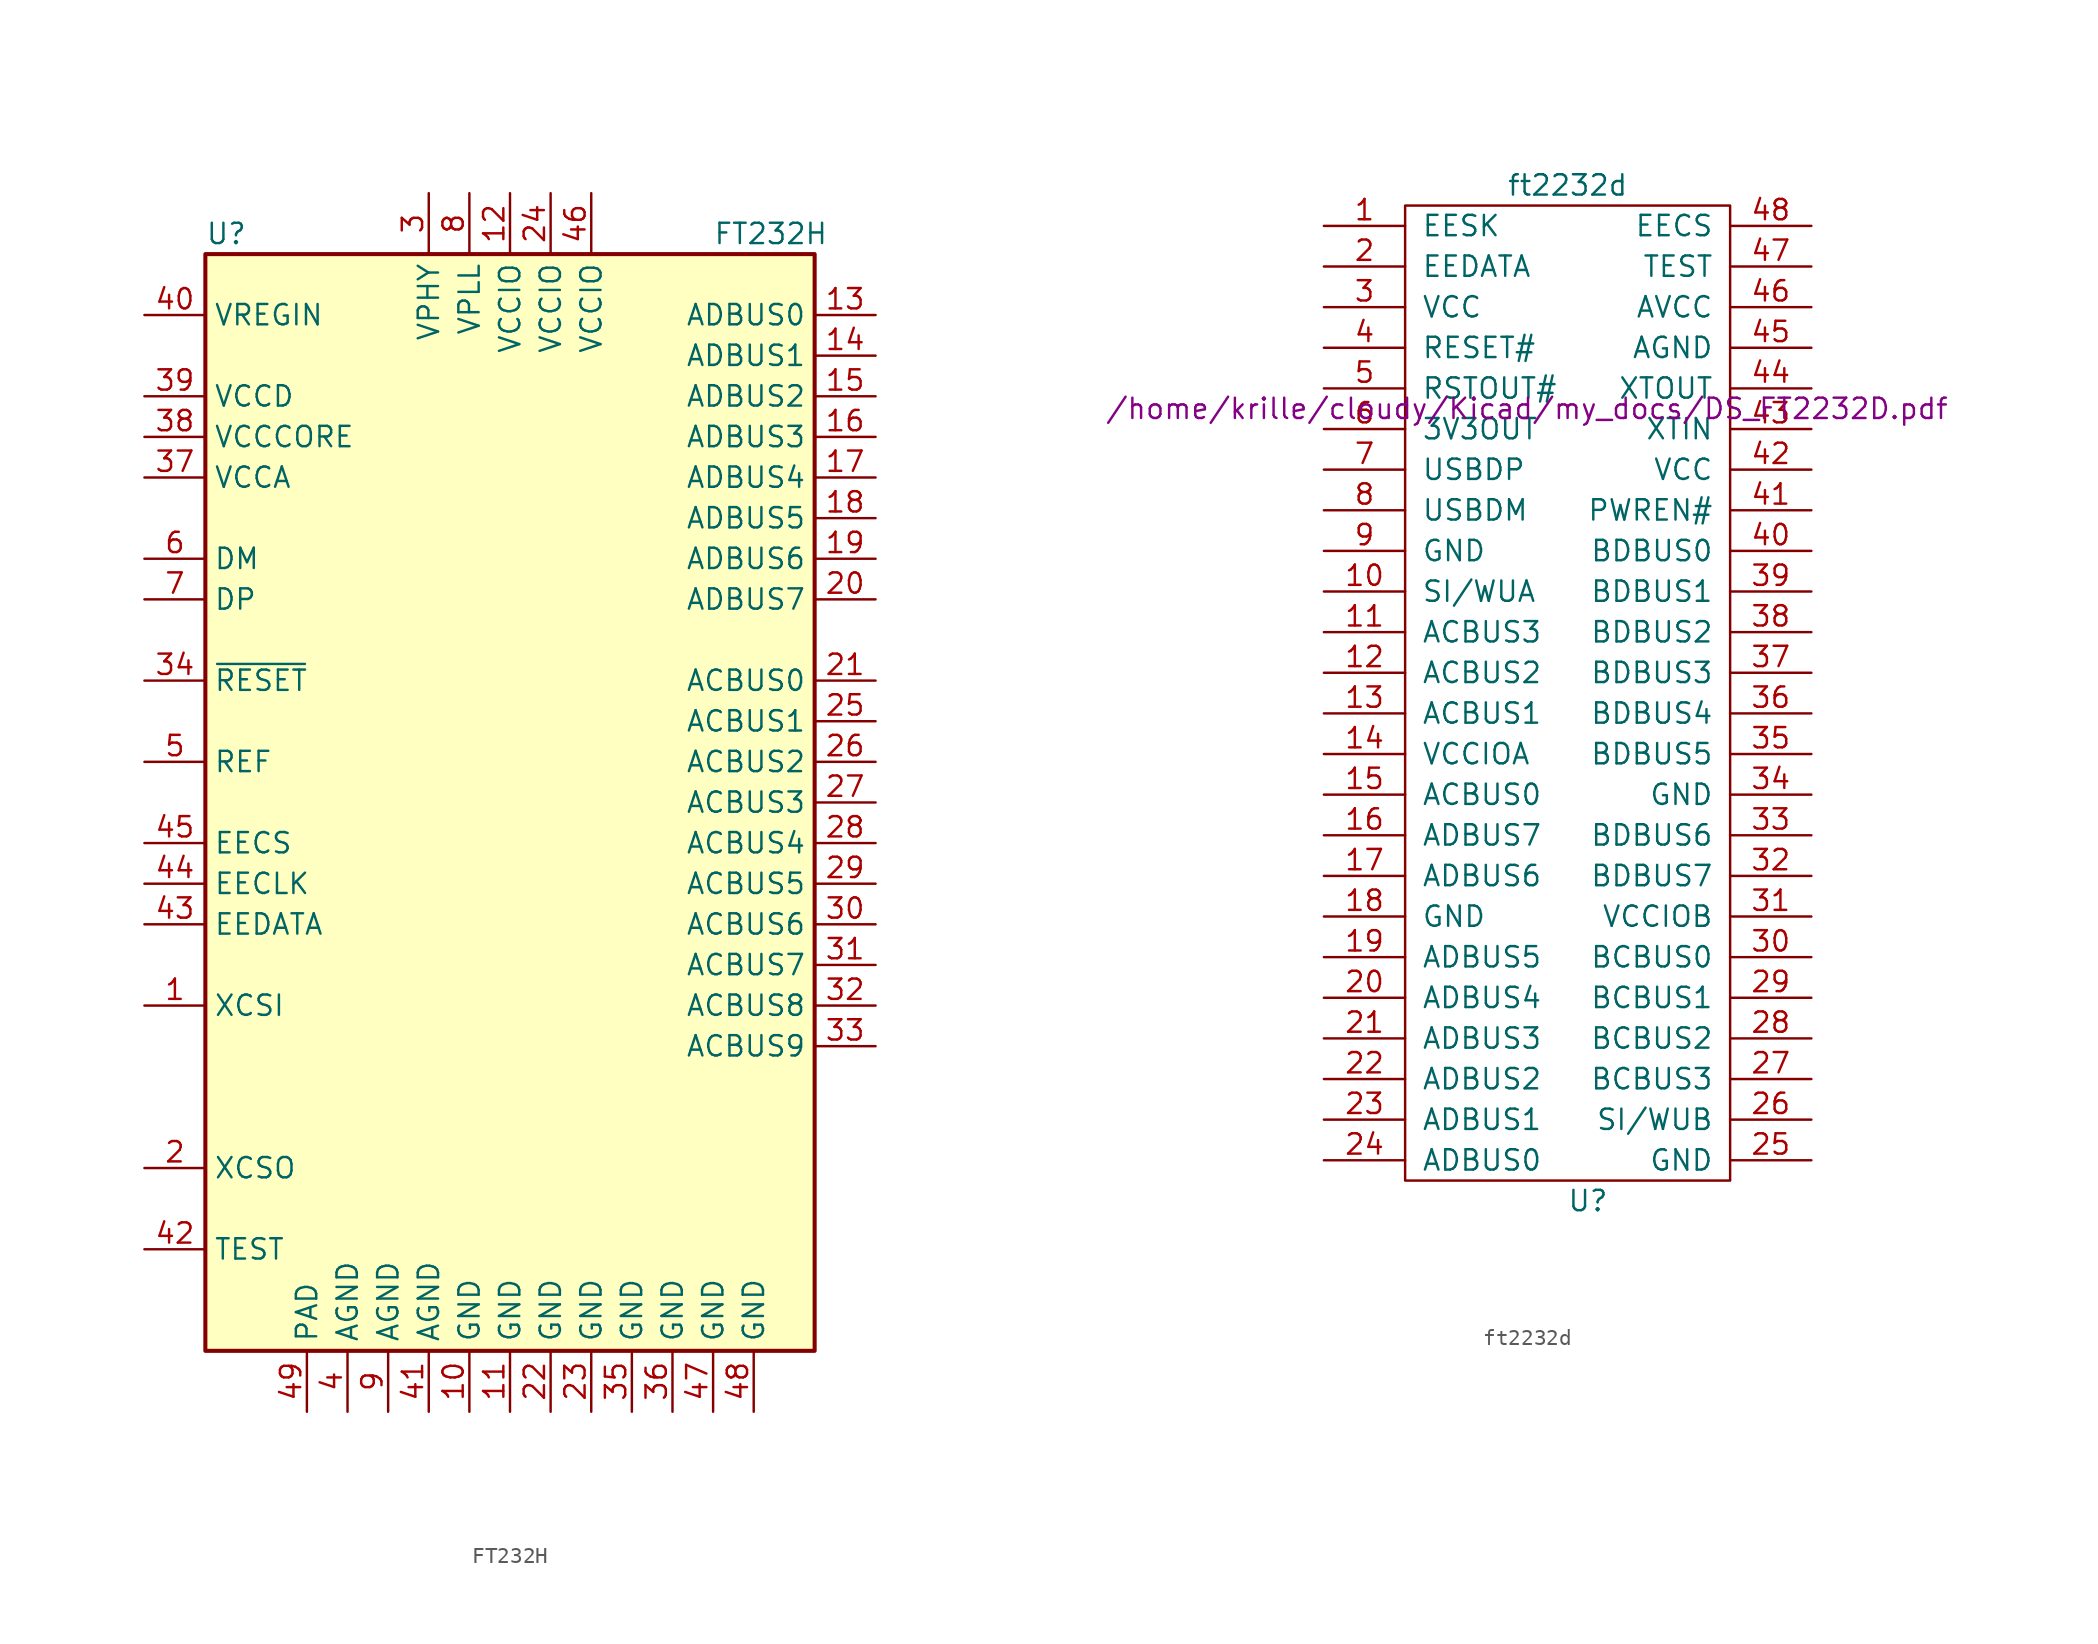
<source format=kicad_sym>
(kicad_symbol_lib
  (version 20211014)
  (generator kicad_symbol_editor)
  (symbol "FT232H"
    (property "Reference" "U"
      (at -19.05 35.56 0)
      (effects (font (size 1.27 1.27)) (justify left)))
    (property "Value" "FT232H"
      (at 12.7 35.56 0)
      (effects (font (size 1.27 1.27)) (justify left)))
    (symbol "FT232H_0_1"
      (rectangle (start -19.05 34.29) (end 19.05 -34.29) (stroke (width 0.254) (type default) (color 0 0 0 0)) (fill (type background))))
    (symbol "FT232H_1_1"
      (pin input line (at -22.86 -12.7 0) (length 3.81) (name "XCSI" (effects (font (size 1.27 1.27)))) (number "1" (effects (font (size 1.27 1.27)))))
      (pin power_in line (at -2.54 -38.1 90) (length 3.81) (name "GND" (effects (font (size 1.27 1.27)))) (number "10" (effects (font (size 1.27 1.27)))))
      (pin power_in line (at 0 -38.1 90) (length 3.81) (name "GND" (effects (font (size 1.27 1.27)))) (number "11" (effects (font (size 1.27 1.27)))))
      (pin power_in line (at 0 38.1 270) (length 3.81) (name "VCCIO" (effects (font (size 1.27 1.27)))) (number "12" (effects (font (size 1.27 1.27)))))
      (pin bidirectional line (at 22.86 30.48 180) (length 3.81) (name "ADBUS0" (effects (font (size 1.27 1.27)))) (number "13" (effects (font (size 1.27 1.27)))))
      (pin bidirectional line (at 22.86 27.94 180) (length 3.81) (name "ADBUS1" (effects (font (size 1.27 1.27)))) (number "14" (effects (font (size 1.27 1.27)))))
      (pin bidirectional line (at 22.86 25.4 180) (length 3.81) (name "ADBUS2" (effects (font (size 1.27 1.27)))) (number "15" (effects (font (size 1.27 1.27)))))
      (pin bidirectional line (at 22.86 22.86 180) (length 3.81) (name "ADBUS3" (effects (font (size 1.27 1.27)))) (number "16" (effects (font (size 1.27 1.27)))))
      (pin bidirectional line (at 22.86 20.32 180) (length 3.81) (name "ADBUS4" (effects (font (size 1.27 1.27)))) (number "17" (effects (font (size 1.27 1.27)))))
      (pin bidirectional line (at 22.86 17.78 180) (length 3.81) (name "ADBUS5" (effects (font (size 1.27 1.27)))) (number "18" (effects (font (size 1.27 1.27)))))
      (pin bidirectional line (at 22.86 15.24 180) (length 3.81) (name "ADBUS6" (effects (font (size 1.27 1.27)))) (number "19" (effects (font (size 1.27 1.27)))))
      (pin output line (at -22.86 -22.86 0) (length 3.81) (name "XCSO" (effects (font (size 1.27 1.27)))) (number "2" (effects (font (size 1.27 1.27)))))
      (pin bidirectional line (at 22.86 12.7 180) (length 3.81) (name "ADBUS7" (effects (font (size 1.27 1.27)))) (number "20" (effects (font (size 1.27 1.27)))))
      (pin bidirectional line (at 22.86 7.62 180) (length 3.81) (name "ACBUS0" (effects (font (size 1.27 1.27)))) (number "21" (effects (font (size 1.27 1.27)))))
      (pin power_in line (at 2.54 -38.1 90) (length 3.81) (name "GND" (effects (font (size 1.27 1.27)))) (number "22" (effects (font (size 1.27 1.27)))))
      (pin power_in line (at 5.08 -38.1 90) (length 3.81) (name "GND" (effects (font (size 1.27 1.27)))) (number "23" (effects (font (size 1.27 1.27)))))
      (pin power_in line (at 2.54 38.1 270) (length 3.81) (name "VCCIO" (effects (font (size 1.27 1.27)))) (number "24" (effects (font (size 1.27 1.27)))))
      (pin bidirectional line (at 22.86 5.08 180) (length 3.81) (name "ACBUS1" (effects (font (size 1.27 1.27)))) (number "25" (effects (font (size 1.27 1.27)))))
      (pin bidirectional line (at 22.86 2.54 180) (length 3.81) (name "ACBUS2" (effects (font (size 1.27 1.27)))) (number "26" (effects (font (size 1.27 1.27)))))
      (pin bidirectional line (at 22.86 0 180) (length 3.81) (name "ACBUS3" (effects (font (size 1.27 1.27)))) (number "27" (effects (font (size 1.27 1.27)))))
      (pin bidirectional line (at 22.86 -2.54 180) (length 3.81) (name "ACBUS4" (effects (font (size 1.27 1.27)))) (number "28" (effects (font (size 1.27 1.27)))))
      (pin bidirectional line (at 22.86 -5.08 180) (length 3.81) (name "ACBUS5" (effects (font (size 1.27 1.27)))) (number "29" (effects (font (size 1.27 1.27)))))
      (pin power_in line (at -5.08 38.1 270) (length 3.81) (name "VPHY" (effects (font (size 1.27 1.27)))) (number "3" (effects (font (size 1.27 1.27)))))
      (pin bidirectional line (at 22.86 -7.62 180) (length 3.81) (name "ACBUS6" (effects (font (size 1.27 1.27)))) (number "30" (effects (font (size 1.27 1.27)))))
      (pin bidirectional line (at 22.86 -10.16 180) (length 3.81) (name "ACBUS7" (effects (font (size 1.27 1.27)))) (number "31" (effects (font (size 1.27 1.27)))))
      (pin bidirectional line (at 22.86 -12.7 180) (length 3.81) (name "ACBUS8" (effects (font (size 1.27 1.27)))) (number "32" (effects (font (size 1.27 1.27)))))
      (pin bidirectional line (at 22.86 -15.24 180) (length 3.81) (name "ACBUS9" (effects (font (size 1.27 1.27)))) (number "33" (effects (font (size 1.27 1.27)))))
      (pin input line (at -22.86 7.62 0) (length 3.81) (name "~{RESET}" (effects (font (size 1.27 1.27)))) (number "34" (effects (font (size 1.27 1.27)))))
      (pin power_in line (at 7.62 -38.1 90) (length 3.81) (name "GND" (effects (font (size 1.27 1.27)))) (number "35" (effects (font (size 1.27 1.27)))))
      (pin power_in line (at 10.16 -38.1 90) (length 3.81) (name "GND" (effects (font (size 1.27 1.27)))) (number "36" (effects (font (size 1.27 1.27)))))
      (pin power_out line (at -22.86 20.32 0) (length 3.81) (name "VCCA" (effects (font (size 1.27 1.27)))) (number "37" (effects (font (size 1.27 1.27)))))
      (pin power_out line (at -22.86 22.86 0) (length 3.81) (name "VCCCORE" (effects (font (size 1.27 1.27)))) (number "38" (effects (font (size 1.27 1.27)))))
      (pin power_in line (at -22.86 25.4 0) (length 3.81) (name "VCCD" (effects (font (size 1.27 1.27)))) (number "39" (effects (font (size 1.27 1.27)))))
      (pin power_in line (at -10.16 -38.1 90) (length 3.81) (name "AGND" (effects (font (size 1.27 1.27)))) (number "4" (effects (font (size 1.27 1.27)))))
      (pin power_in line (at -22.86 30.48 0) (length 3.81) (name "VREGIN" (effects (font (size 1.27 1.27)))) (number "40" (effects (font (size 1.27 1.27)))))
      (pin power_in line (at -5.08 -38.1 90) (length 3.81) (name "AGND" (effects (font (size 1.27 1.27)))) (number "41" (effects (font (size 1.27 1.27)))))
      (pin input line (at -22.86 -27.94 0) (length 3.81) (name "TEST" (effects (font (size 1.27 1.27)))) (number "42" (effects (font (size 1.27 1.27)))))
      (pin bidirectional line (at -22.86 -7.62 0) (length 3.81) (name "EEDATA" (effects (font (size 1.27 1.27)))) (number "43" (effects (font (size 1.27 1.27)))))
      (pin input line (at -22.86 -5.08 0) (length 3.81) (name "EECLK" (effects (font (size 1.27 1.27)))) (number "44" (effects (font (size 1.27 1.27)))))
      (pin input line (at -22.86 -2.54 0) (length 3.81) (name "EECS" (effects (font (size 1.27 1.27)))) (number "45" (effects (font (size 1.27 1.27)))))
      (pin power_in line (at 5.08 38.1 270) (length 3.81) (name "VCCIO" (effects (font (size 1.27 1.27)))) (number "46" (effects (font (size 1.27 1.27)))))
      (pin power_in line (at 12.7 -38.1 90) (length 3.81) (name "GND" (effects (font (size 1.27 1.27)))) (number "47" (effects (font (size 1.27 1.27)))))
      (pin power_in line (at 15.24 -38.1 90) (length 3.81) (name "GND" (effects (font (size 1.27 1.27)))) (number "48" (effects (font (size 1.27 1.27)))))
      (pin passive line (at -12.7 -38.1 90) (length 3.81) (name "PAD" (effects (font (size 1.27 1.27)))) (number "49" (effects (font (size 1.27 1.27)))))
      (pin input line (at -22.86 2.54 0) (length 3.81) (name "REF" (effects (font (size 1.27 1.27)))) (number "5" (effects (font (size 1.27 1.27)))))
      (pin bidirectional line (at -22.86 15.24 0) (length 3.81) (name "DM" (effects (font (size 1.27 1.27)))) (number "6" (effects (font (size 1.27 1.27)))))
      (pin bidirectional line (at -22.86 12.7 0) (length 3.81) (name "DP" (effects (font (size 1.27 1.27)))) (number "7" (effects (font (size 1.27 1.27)))))
      (pin power_in line (at -2.54 38.1 270) (length 3.81) (name "VPLL" (effects (font (size 1.27 1.27)))) (number "8" (effects (font (size 1.27 1.27)))))
      (pin power_in line (at -7.62 -38.1 90) (length 3.81) (name "AGND" (effects (font (size 1.27 1.27)))) (number "9" (effects (font (size 1.27 1.27)))))))
  (symbol "ft2232d"
    (pin_names
      (offset 1.016))
    (property "Reference" "U"
      (at 0 -34.29 0)
      (effects (font (size 1.27 1.27))))
    (property "Value" "ft2232d"
      (at -1.27 29.21 0)
      (effects (font (size 1.27 1.27))))
    (property "Footprint" ""
      (at -3.81 15.24 0)
      (effects (font (size 1.27 1.27))))
    (property "Datasheet" "/home/krille/cloudy/Kicad/my_docs/DS_FT2232D.pdf"
      (at -3.81 15.24 0)
      (effects (font (size 1.27 1.27))))
    (symbol "ft2232d_0_1"
      (rectangle (start -11.43 27.94) (end 8.89 -33.02) (stroke (width 0) (type default) (color 0 0 0 0)) (fill (type none))))
    (symbol "ft2232d_1_1"
      (pin input line (at -16.51 26.67 0) (length 5.08) (name "EESK" (effects (font (size 1.27 1.27)))) (number "1" (effects (font (size 1.27 1.27)))))
      (pin input line (at -16.51 3.81 0) (length 5.08) (name "SI/WUA" (effects (font (size 1.27 1.27)))) (number "10" (effects (font (size 1.27 1.27)))))
      (pin input line (at -16.51 1.27 0) (length 5.08) (name "ACBUS3" (effects (font (size 1.27 1.27)))) (number "11" (effects (font (size 1.27 1.27)))))
      (pin input line (at -16.51 -1.27 0) (length 5.08) (name "ACBUS2" (effects (font (size 1.27 1.27)))) (number "12" (effects (font (size 1.27 1.27)))))
      (pin input line (at -16.51 -3.81 0) (length 5.08) (name "ACBUS1" (effects (font (size 1.27 1.27)))) (number "13" (effects (font (size 1.27 1.27)))))
      (pin input line (at -16.51 -6.35 0) (length 5.08) (name "VCCIOA" (effects (font (size 1.27 1.27)))) (number "14" (effects (font (size 1.27 1.27)))))
      (pin input line (at -16.51 -8.89 0) (length 5.08) (name "ACBUS0" (effects (font (size 1.27 1.27)))) (number "15" (effects (font (size 1.27 1.27)))))
      (pin input line (at -16.51 -11.43 0) (length 5.08) (name "ADBUS7" (effects (font (size 1.27 1.27)))) (number "16" (effects (font (size 1.27 1.27)))))
      (pin input line (at -16.51 -13.97 0) (length 5.08) (name "ADBUS6" (effects (font (size 1.27 1.27)))) (number "17" (effects (font (size 1.27 1.27)))))
      (pin input line (at -16.51 -16.51 0) (length 5.08) (name "GND" (effects (font (size 1.27 1.27)))) (number "18" (effects (font (size 1.27 1.27)))))
      (pin input line (at -16.51 -19.05 0) (length 5.08) (name "ADBUS5" (effects (font (size 1.27 1.27)))) (number "19" (effects (font (size 1.27 1.27)))))
      (pin input line (at -16.51 24.13 0) (length 5.08) (name "EEDATA" (effects (font (size 1.27 1.27)))) (number "2" (effects (font (size 1.27 1.27)))))
      (pin input line (at -16.51 -21.59 0) (length 5.08) (name "ADBUS4" (effects (font (size 1.27 1.27)))) (number "20" (effects (font (size 1.27 1.27)))))
      (pin input line (at -16.51 -24.13 0) (length 5.08) (name "ADBUS3" (effects (font (size 1.27 1.27)))) (number "21" (effects (font (size 1.27 1.27)))))
      (pin input line (at -16.51 -26.67 0) (length 5.08) (name "ADBUS2" (effects (font (size 1.27 1.27)))) (number "22" (effects (font (size 1.27 1.27)))))
      (pin input line (at -16.51 -29.21 0) (length 5.08) (name "ADBUS1" (effects (font (size 1.27 1.27)))) (number "23" (effects (font (size 1.27 1.27)))))
      (pin input line (at -16.51 -31.75 0) (length 5.08) (name "ADBUS0" (effects (font (size 1.27 1.27)))) (number "24" (effects (font (size 1.27 1.27)))))
      (pin input line (at 13.97 -31.75 180) (length 5.08) (name "GND" (effects (font (size 1.27 1.27)))) (number "25" (effects (font (size 1.27 1.27)))))
      (pin input line (at 13.97 -29.21 180) (length 5.08) (name "SI/WUB" (effects (font (size 1.27 1.27)))) (number "26" (effects (font (size 1.27 1.27)))))
      (pin input line (at 13.97 -26.67 180) (length 5.08) (name "BCBUS3" (effects (font (size 1.27 1.27)))) (number "27" (effects (font (size 1.27 1.27)))))
      (pin input line (at 13.97 -24.13 180) (length 5.08) (name "BCBUS2" (effects (font (size 1.27 1.27)))) (number "28" (effects (font (size 1.27 1.27)))))
      (pin input line (at 13.97 -21.59 180) (length 5.08) (name "BCBUS1" (effects (font (size 1.27 1.27)))) (number "29" (effects (font (size 1.27 1.27)))))
      (pin input line (at -16.51 21.59 0) (length 5.08) (name "VCC" (effects (font (size 1.27 1.27)))) (number "3" (effects (font (size 1.27 1.27)))))
      (pin input line (at 13.97 -19.05 180) (length 5.08) (name "BCBUS0" (effects (font (size 1.27 1.27)))) (number "30" (effects (font (size 1.27 1.27)))))
      (pin input line (at 13.97 -16.51 180) (length 5.08) (name "VCCIOB" (effects (font (size 1.27 1.27)))) (number "31" (effects (font (size 1.27 1.27)))))
      (pin input line (at 13.97 -13.97 180) (length 5.08) (name "BDBUS7" (effects (font (size 1.27 1.27)))) (number "32" (effects (font (size 1.27 1.27)))))
      (pin input line (at 13.97 -11.43 180) (length 5.08) (name "BDBUS6" (effects (font (size 1.27 1.27)))) (number "33" (effects (font (size 1.27 1.27)))))
      (pin input line (at 13.97 -8.89 180) (length 5.08) (name "GND" (effects (font (size 1.27 1.27)))) (number "34" (effects (font (size 1.27 1.27)))))
      (pin input line (at 13.97 -6.35 180) (length 5.08) (name "BDBUS5" (effects (font (size 1.27 1.27)))) (number "35" (effects (font (size 1.27 1.27)))))
      (pin input line (at 13.97 -3.81 180) (length 5.08) (name "BDBUS4" (effects (font (size 1.27 1.27)))) (number "36" (effects (font (size 1.27 1.27)))))
      (pin input line (at 13.97 -1.27 180) (length 5.08) (name "BDBUS3" (effects (font (size 1.27 1.27)))) (number "37" (effects (font (size 1.27 1.27)))))
      (pin input line (at 13.97 1.27 180) (length 5.08) (name "BDBUS2" (effects (font (size 1.27 1.27)))) (number "38" (effects (font (size 1.27 1.27)))))
      (pin input line (at 13.97 3.81 180) (length 5.08) (name "BDBUS1" (effects (font (size 1.27 1.27)))) (number "39" (effects (font (size 1.27 1.27)))))
      (pin input line (at -16.51 19.05 0) (length 5.08) (name "RESET#" (effects (font (size 1.27 1.27)))) (number "4" (effects (font (size 1.27 1.27)))))
      (pin input line (at 13.97 6.35 180) (length 5.08) (name "BDBUS0" (effects (font (size 1.27 1.27)))) (number "40" (effects (font (size 1.27 1.27)))))
      (pin input line (at 13.97 8.89 180) (length 5.08) (name "PWREN#" (effects (font (size 1.27 1.27)))) (number "41" (effects (font (size 1.27 1.27)))))
      (pin input line (at 13.97 11.43 180) (length 5.08) (name "VCC" (effects (font (size 1.27 1.27)))) (number "42" (effects (font (size 1.27 1.27)))))
      (pin input line (at 13.97 13.97 180) (length 5.08) (name "XTIN" (effects (font (size 1.27 1.27)))) (number "43" (effects (font (size 1.27 1.27)))))
      (pin input line (at 13.97 16.51 180) (length 5.08) (name "XTOUT" (effects (font (size 1.27 1.27)))) (number "44" (effects (font (size 1.27 1.27)))))
      (pin input line (at 13.97 19.05 180) (length 5.08) (name "AGND" (effects (font (size 1.27 1.27)))) (number "45" (effects (font (size 1.27 1.27)))))
      (pin input line (at 13.97 21.59 180) (length 5.08) (name "AVCC" (effects (font (size 1.27 1.27)))) (number "46" (effects (font (size 1.27 1.27)))))
      (pin input line (at 13.97 24.13 180) (length 5.08) (name "TEST" (effects (font (size 1.27 1.27)))) (number "47" (effects (font (size 1.27 1.27)))))
      (pin input line (at 13.97 26.67 180) (length 5.08) (name "EECS" (effects (font (size 1.27 1.27)))) (number "48" (effects (font (size 1.27 1.27)))))
      (pin input line (at -16.51 16.51 0) (length 5.08) (name "RSTOUT#" (effects (font (size 1.27 1.27)))) (number "5" (effects (font (size 1.27 1.27)))))
      (pin input line (at -16.51 13.97 0) (length 5.08) (name "3V3OUT" (effects (font (size 1.27 1.27)))) (number "6" (effects (font (size 1.27 1.27)))))
      (pin input line (at -16.51 11.43 0) (length 5.08) (name "USBDP" (effects (font (size 1.27 1.27)))) (number "7" (effects (font (size 1.27 1.27)))))
      (pin input line (at -16.51 8.89 0) (length 5.08) (name "USBDM" (effects (font (size 1.27 1.27)))) (number "8" (effects (font (size 1.27 1.27)))))
      (pin input line (at -16.51 6.35 0) (length 5.08) (name "GND" (effects (font (size 1.27 1.27)))) (number "9" (effects (font (size 1.27 1.27))))))))
</source>
